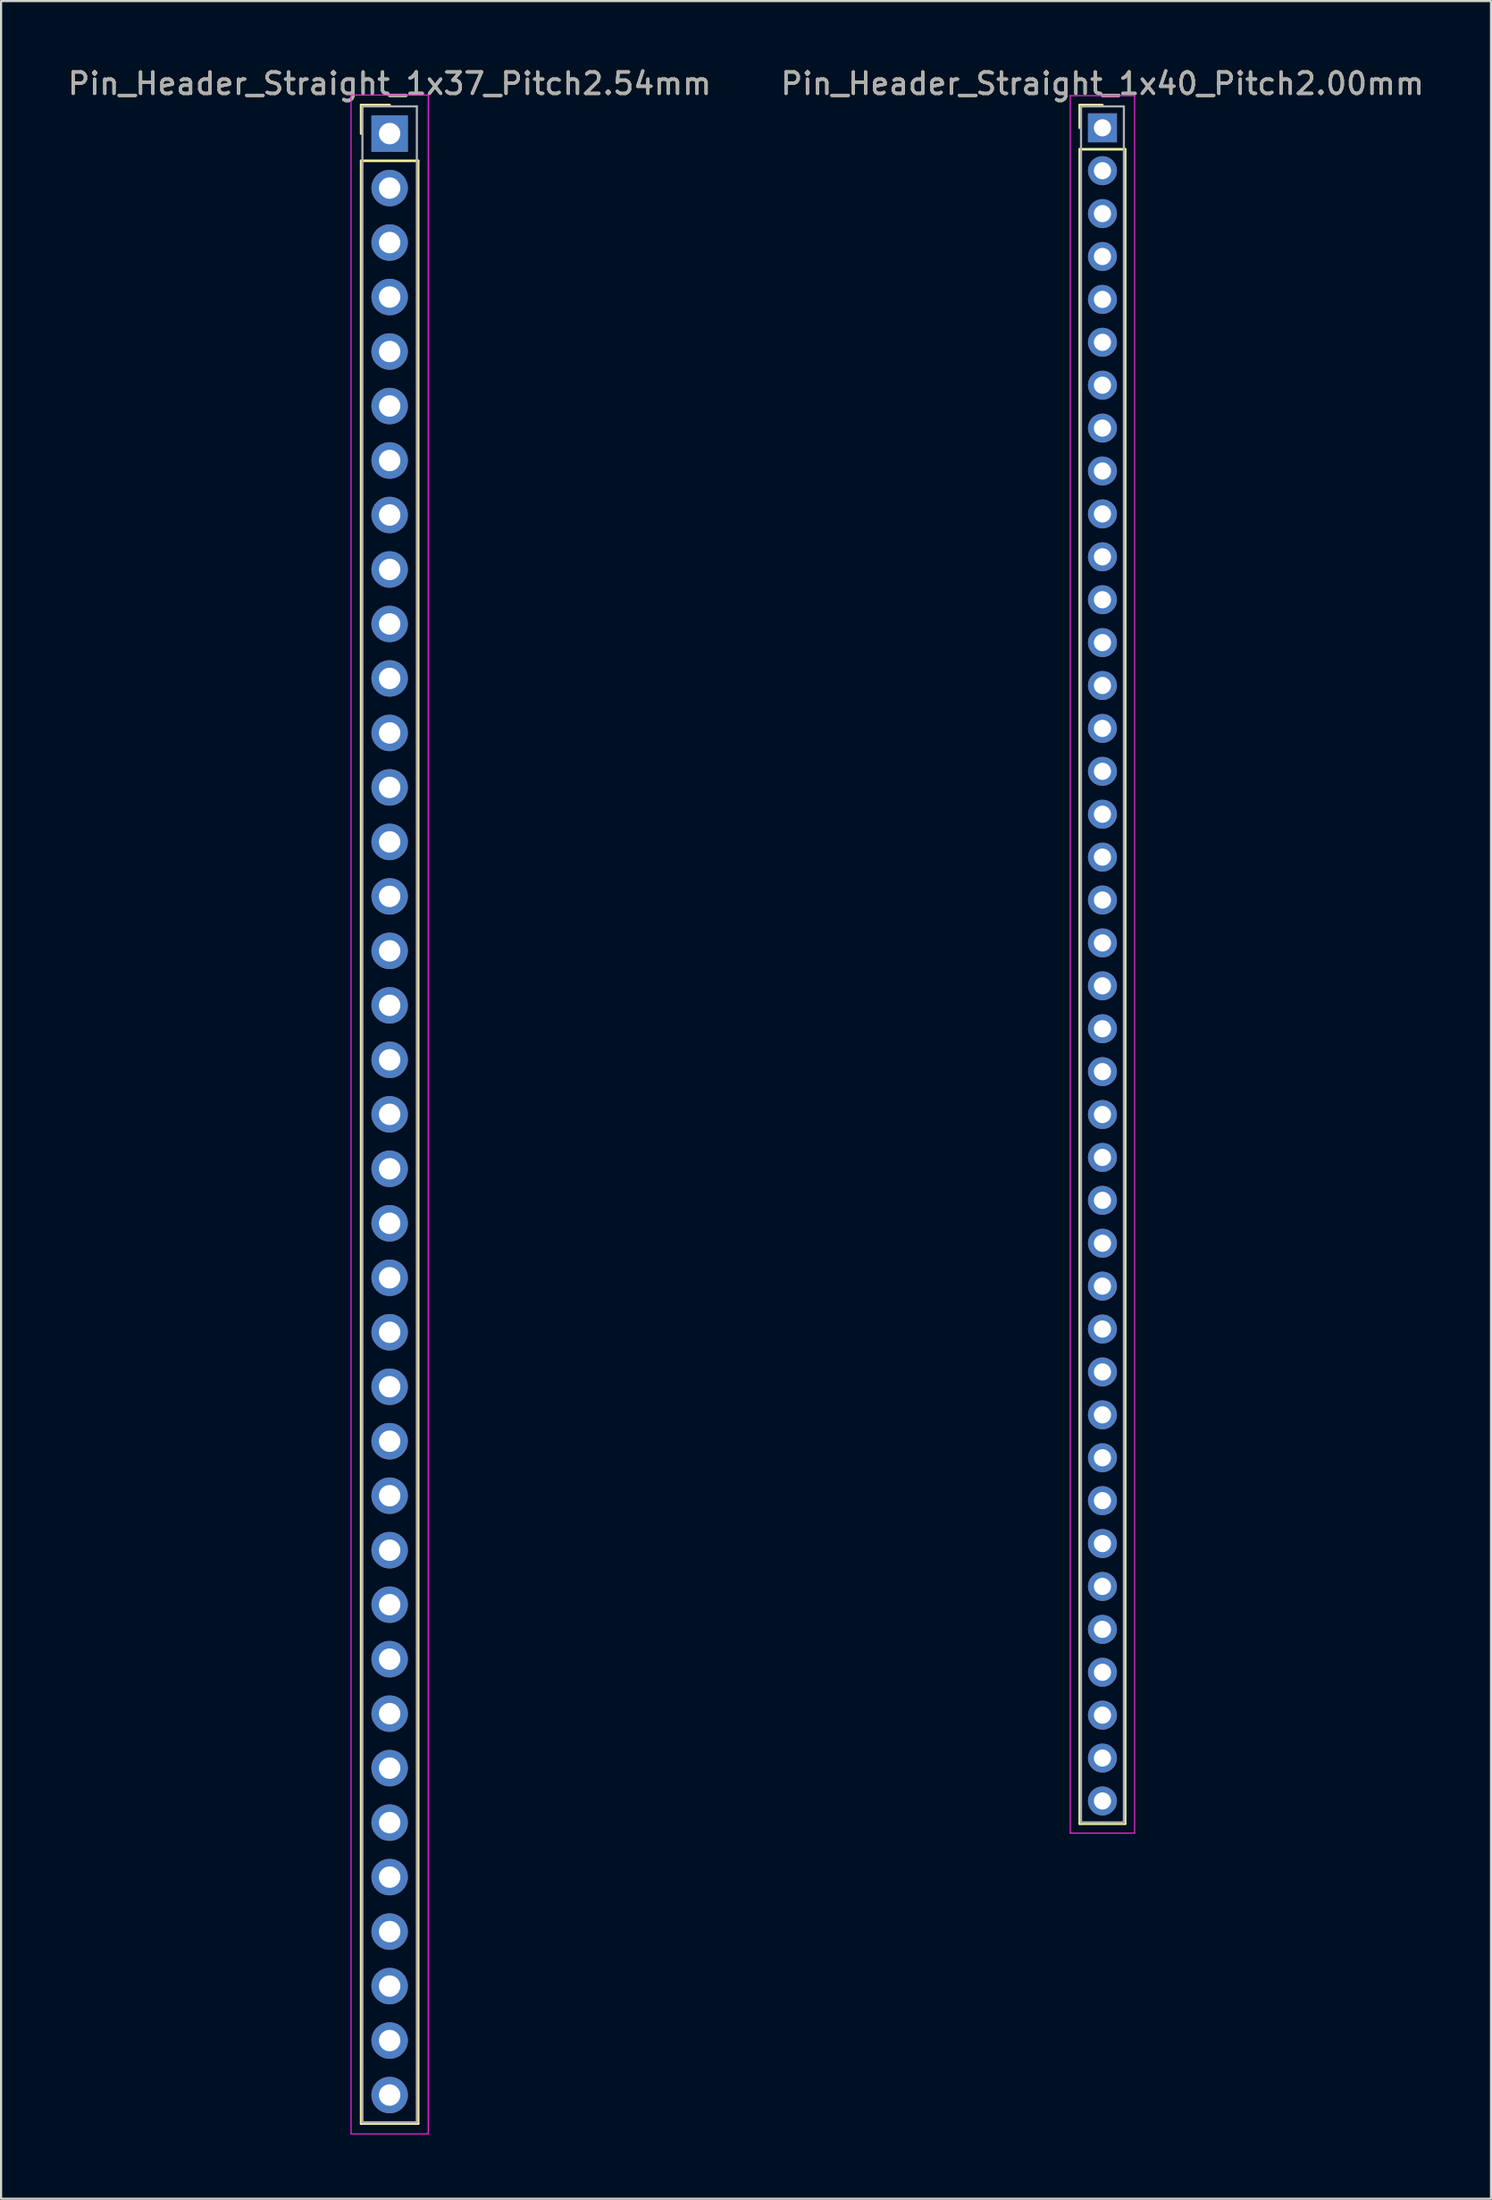
<source format=kicad_pcb>
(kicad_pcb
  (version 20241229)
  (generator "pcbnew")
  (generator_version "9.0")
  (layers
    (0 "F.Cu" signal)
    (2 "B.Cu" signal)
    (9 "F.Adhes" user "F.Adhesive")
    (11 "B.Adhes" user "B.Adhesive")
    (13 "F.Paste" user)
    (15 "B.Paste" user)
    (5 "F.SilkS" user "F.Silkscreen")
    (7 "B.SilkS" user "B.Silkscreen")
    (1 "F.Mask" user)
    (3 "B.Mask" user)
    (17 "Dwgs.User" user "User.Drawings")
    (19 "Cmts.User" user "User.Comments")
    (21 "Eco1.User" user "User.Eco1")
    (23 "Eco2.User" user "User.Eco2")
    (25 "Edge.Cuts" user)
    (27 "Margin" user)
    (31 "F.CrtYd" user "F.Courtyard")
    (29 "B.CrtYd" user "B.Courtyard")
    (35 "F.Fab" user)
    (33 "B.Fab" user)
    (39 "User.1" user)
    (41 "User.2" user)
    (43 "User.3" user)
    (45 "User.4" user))
  (footprint "Pin_Header_Straight_1x40_Pitch2.00mm"
    (layer "F.Cu")
    (at 48.375 2.908)
    (property "Reference" "Pin_Header_Straight_1x40_Pitch2.00mm" (at 0 -2.06 0) (layer "F.SilkS") (effects (font (size 1 1) (thickness 0.15))))
    (attr through_hole)
    (fp_line (start -1.06 -1.06) (end 0 -1.06) (stroke (width 0.12) (type solid)) (layer "F.SilkS"))
    (fp_line (start -1.06 0) (end -1.06 -1.06) (stroke (width 0.12) (type solid)) (layer "F.SilkS"))
    (fp_line (start -1.06 1) (end -1.06 79.06) (stroke (width 0.12) (type solid)) (layer "F.SilkS"))
    (fp_line (start -1.06 79.06) (end 1.06 79.06) (stroke (width 0.12) (type solid)) (layer "F.SilkS"))
    (fp_line (start 1.06 1) (end -1.06 1) (stroke (width 0.12) (type solid)) (layer "F.SilkS"))
    (fp_line (start 1.06 79.06) (end 1.06 1) (stroke (width 0.12) (type solid)) (layer "F.SilkS"))
    (fp_line (start -1.5 -1.5) (end -1.5 79.5) (stroke (width 0.05) (type solid)) (layer "F.CrtYd"))
    (fp_line (start -1.5 79.5) (end 1.5 79.5) (stroke (width 0.05) (type solid)) (layer "F.CrtYd"))
    (fp_line (start 1.5 -1.5) (end -1.5 -1.5) (stroke (width 0.05) (type solid)) (layer "F.CrtYd"))
    (fp_line (start 1.5 79.5) (end 1.5 -1.5) (stroke (width 0.05) (type solid)) (layer "F.CrtYd"))
    (fp_line (start -1 -1) (end -1 79) (stroke (width 0.1) (type solid)) (layer "F.Fab"))
    (fp_line (start -1 79) (end 1 79) (stroke (width 0.1) (type solid)) (layer "F.Fab"))
    (fp_line (start 1 -1) (end -1 -1) (stroke (width 0.1) (type solid)) (layer "F.Fab"))
    (fp_line (start 1 79) (end 1 -1) (stroke (width 0.1) (type solid)) (layer "F.Fab"))
    (fp_text user "${REFERENCE}" (at 0 -2.06 0) (layer "F.Fab") (effects (font (size 1 1) (thickness 0.15))))
    (pad "1" thru_hole rect (at 0 0) (size 1.35 1.35) (drill 0.8) (layers "*.Cu" "*.Mask"))
    (pad "2" thru_hole oval (at 0 2) (size 1.35 1.35) (drill 0.8) (layers "*.Cu" "*.Mask"))
    (pad "3" thru_hole oval (at 0 4) (size 1.35 1.35) (drill 0.8) (layers "*.Cu" "*.Mask"))
    (pad "4" thru_hole oval (at 0 6) (size 1.35 1.35) (drill 0.8) (layers "*.Cu" "*.Mask"))
    (pad "5" thru_hole oval (at 0 8) (size 1.35 1.35) (drill 0.8) (layers "*.Cu" "*.Mask"))
    (pad "6" thru_hole oval (at 0 10) (size 1.35 1.35) (drill 0.8) (layers "*.Cu" "*.Mask"))
    (pad "7" thru_hole oval (at 0 12) (size 1.35 1.35) (drill 0.8) (layers "*.Cu" "*.Mask"))
    (pad "8" thru_hole oval (at 0 14) (size 1.35 1.35) (drill 0.8) (layers "*.Cu" "*.Mask"))
    (pad "9" thru_hole oval (at 0 16) (size 1.35 1.35) (drill 0.8) (layers "*.Cu" "*.Mask"))
    (pad "10" thru_hole oval (at 0 18) (size 1.35 1.35) (drill 0.8) (layers "*.Cu" "*.Mask"))
    (pad "11" thru_hole oval (at 0 20) (size 1.35 1.35) (drill 0.8) (layers "*.Cu" "*.Mask"))
    (pad "12" thru_hole oval (at 0 22) (size 1.35 1.35) (drill 0.8) (layers "*.Cu" "*.Mask"))
    (pad "13" thru_hole oval (at 0 24) (size 1.35 1.35) (drill 0.8) (layers "*.Cu" "*.Mask"))
    (pad "14" thru_hole oval (at 0 26) (size 1.35 1.35) (drill 0.8) (layers "*.Cu" "*.Mask"))
    (pad "15" thru_hole oval (at 0 28) (size 1.35 1.35) (drill 0.8) (layers "*.Cu" "*.Mask"))
    (pad "16" thru_hole oval (at 0 30) (size 1.35 1.35) (drill 0.8) (layers "*.Cu" "*.Mask"))
    (pad "17" thru_hole oval (at 0 32) (size 1.35 1.35) (drill 0.8) (layers "*.Cu" "*.Mask"))
    (pad "18" thru_hole oval (at 0 34) (size 1.35 1.35) (drill 0.8) (layers "*.Cu" "*.Mask"))
    (pad "19" thru_hole oval (at 0 36) (size 1.35 1.35) (drill 0.8) (layers "*.Cu" "*.Mask"))
    (pad "20" thru_hole oval (at 0 38) (size 1.35 1.35) (drill 0.8) (layers "*.Cu" "*.Mask"))
    (pad "21" thru_hole oval (at 0 40) (size 1.35 1.35) (drill 0.8) (layers "*.Cu" "*.Mask"))
    (pad "22" thru_hole oval (at 0 42) (size 1.35 1.35) (drill 0.8) (layers "*.Cu" "*.Mask"))
    (pad "23" thru_hole oval (at 0 44) (size 1.35 1.35) (drill 0.8) (layers "*.Cu" "*.Mask"))
    (pad "24" thru_hole oval (at 0 46) (size 1.35 1.35) (drill 0.8) (layers "*.Cu" "*.Mask"))
    (pad "25" thru_hole oval (at 0 48) (size 1.35 1.35) (drill 0.8) (layers "*.Cu" "*.Mask"))
    (pad "26" thru_hole oval (at 0 50) (size 1.35 1.35) (drill 0.8) (layers "*.Cu" "*.Mask"))
    (pad "27" thru_hole oval (at 0 52) (size 1.35 1.35) (drill 0.8) (layers "*.Cu" "*.Mask"))
    (pad "28" thru_hole oval (at 0 54) (size 1.35 1.35) (drill 0.8) (layers "*.Cu" "*.Mask"))
    (pad "29" thru_hole oval (at 0 56) (size 1.35 1.35) (drill 0.8) (layers "*.Cu" "*.Mask"))
    (pad "30" thru_hole oval (at 0 58) (size 1.35 1.35) (drill 0.8) (layers "*.Cu" "*.Mask"))
    (pad "31" thru_hole oval (at 0 60) (size 1.35 1.35) (drill 0.8) (layers "*.Cu" "*.Mask"))
    (pad "32" thru_hole oval (at 0 62) (size 1.35 1.35) (drill 0.8) (layers "*.Cu" "*.Mask"))
    (pad "33" thru_hole oval (at 0 64) (size 1.35 1.35) (drill 0.8) (layers "*.Cu" "*.Mask"))
    (pad "34" thru_hole oval (at 0 66) (size 1.35 1.35) (drill 0.8) (layers "*.Cu" "*.Mask"))
    (pad "35" thru_hole oval (at 0 68) (size 1.35 1.35) (drill 0.8) (layers "*.Cu" "*.Mask"))
    (pad "36" thru_hole oval (at 0 70) (size 1.35 1.35) (drill 0.8) (layers "*.Cu" "*.Mask"))
    (pad "37" thru_hole oval (at 0 72) (size 1.35 1.35) (drill 0.8) (layers "*.Cu" "*.Mask"))
    (pad "38" thru_hole oval (at 0 74) (size 1.35 1.35) (drill 0.8) (layers "*.Cu" "*.Mask"))
    (pad "39" thru_hole oval (at 0 76) (size 1.35 1.35) (drill 0.8) (layers "*.Cu" "*.Mask"))
    (pad "40" thru_hole oval (at 0 78) (size 1.35 1.35) (drill 0.8) (layers "*.Cu" "*.Mask")))
  (footprint "Pin_Header_Straight_1x37_Pitch2.54mm"
    (layer "F.Cu")
    (at 15.125 3.178)
    (property "Reference" "Pin_Header_Straight_1x37_Pitch2.54mm" (at 0 -2.33 0) (layer "F.SilkS") (effects (font (size 1 1) (thickness 0.15))))
    (attr through_hole)
    (fp_line (start -1.33 -1.33) (end 0 -1.33) (stroke (width 0.12) (type solid)) (layer "F.SilkS"))
    (fp_line (start -1.33 0) (end -1.33 -1.33) (stroke (width 0.12) (type solid)) (layer "F.SilkS"))
    (fp_line (start -1.33 1.27) (end -1.33 92.77) (stroke (width 0.12) (type solid)) (layer "F.SilkS"))
    (fp_line (start -1.33 92.77) (end 1.33 92.77) (stroke (width 0.12) (type solid)) (layer "F.SilkS"))
    (fp_line (start 1.33 1.27) (end -1.33 1.27) (stroke (width 0.12) (type solid)) (layer "F.SilkS"))
    (fp_line (start 1.33 92.77) (end 1.33 1.27) (stroke (width 0.12) (type solid)) (layer "F.SilkS"))
    (fp_line (start -1.8 -1.8) (end -1.8 93.25) (stroke (width 0.05) (type solid)) (layer "F.CrtYd"))
    (fp_line (start -1.8 93.25) (end 1.8 93.25) (stroke (width 0.05) (type solid)) (layer "F.CrtYd"))
    (fp_line (start 1.8 -1.8) (end -1.8 -1.8) (stroke (width 0.05) (type solid)) (layer "F.CrtYd"))
    (fp_line (start 1.8 93.25) (end 1.8 -1.8) (stroke (width 0.05) (type solid)) (layer "F.CrtYd"))
    (fp_line (start -1.27 -1.27) (end -1.27 92.71) (stroke (width 0.1) (type solid)) (layer "F.Fab"))
    (fp_line (start -1.27 92.71) (end 1.27 92.71) (stroke (width 0.1) (type solid)) (layer "F.Fab"))
    (fp_line (start 1.27 -1.27) (end -1.27 -1.27) (stroke (width 0.1) (type solid)) (layer "F.Fab"))
    (fp_line (start 1.27 92.71) (end 1.27 -1.27) (stroke (width 0.1) (type solid)) (layer "F.Fab"))
    (fp_text user "${REFERENCE}" (at 0 -2.33 0) (layer "F.Fab") (effects (font (size 1 1) (thickness 0.15))))
    (pad "1" thru_hole rect (at 0 0) (size 1.7 1.7) (drill 1) (layers "*.Cu" "*.Mask"))
    (pad "2" thru_hole oval (at 0 2.54) (size 1.7 1.7) (drill 1) (layers "*.Cu" "*.Mask"))
    (pad "3" thru_hole oval (at 0 5.08) (size 1.7 1.7) (drill 1) (layers "*.Cu" "*.Mask"))
    (pad "4" thru_hole oval (at 0 7.62) (size 1.7 1.7) (drill 1) (layers "*.Cu" "*.Mask"))
    (pad "5" thru_hole oval (at 0 10.16) (size 1.7 1.7) (drill 1) (layers "*.Cu" "*.Mask"))
    (pad "6" thru_hole oval (at 0 12.7) (size 1.7 1.7) (drill 1) (layers "*.Cu" "*.Mask"))
    (pad "7" thru_hole oval (at 0 15.24) (size 1.7 1.7) (drill 1) (layers "*.Cu" "*.Mask"))
    (pad "8" thru_hole oval (at 0 17.78) (size 1.7 1.7) (drill 1) (layers "*.Cu" "*.Mask"))
    (pad "9" thru_hole oval (at 0 20.32) (size 1.7 1.7) (drill 1) (layers "*.Cu" "*.Mask"))
    (pad "10" thru_hole oval (at 0 22.86) (size 1.7 1.7) (drill 1) (layers "*.Cu" "*.Mask"))
    (pad "11" thru_hole oval (at 0 25.4) (size 1.7 1.7) (drill 1) (layers "*.Cu" "*.Mask"))
    (pad "12" thru_hole oval (at 0 27.94) (size 1.7 1.7) (drill 1) (layers "*.Cu" "*.Mask"))
    (pad "13" thru_hole oval (at 0 30.48) (size 1.7 1.7) (drill 1) (layers "*.Cu" "*.Mask"))
    (pad "14" thru_hole oval (at 0 33.02) (size 1.7 1.7) (drill 1) (layers "*.Cu" "*.Mask"))
    (pad "15" thru_hole oval (at 0 35.56) (size 1.7 1.7) (drill 1) (layers "*.Cu" "*.Mask"))
    (pad "16" thru_hole oval (at 0 38.1) (size 1.7 1.7) (drill 1) (layers "*.Cu" "*.Mask"))
    (pad "17" thru_hole oval (at 0 40.64) (size 1.7 1.7) (drill 1) (layers "*.Cu" "*.Mask"))
    (pad "18" thru_hole oval (at 0 43.18) (size 1.7 1.7) (drill 1) (layers "*.Cu" "*.Mask"))
    (pad "19" thru_hole oval (at 0 45.72) (size 1.7 1.7) (drill 1) (layers "*.Cu" "*.Mask"))
    (pad "20" thru_hole oval (at 0 48.26) (size 1.7 1.7) (drill 1) (layers "*.Cu" "*.Mask"))
    (pad "21" thru_hole oval (at 0 50.8) (size 1.7 1.7) (drill 1) (layers "*.Cu" "*.Mask"))
    (pad "22" thru_hole oval (at 0 53.34) (size 1.7 1.7) (drill 1) (layers "*.Cu" "*.Mask"))
    (pad "23" thru_hole oval (at 0 55.88) (size 1.7 1.7) (drill 1) (layers "*.Cu" "*.Mask"))
    (pad "24" thru_hole oval (at 0 58.42) (size 1.7 1.7) (drill 1) (layers "*.Cu" "*.Mask"))
    (pad "25" thru_hole oval (at 0 60.96) (size 1.7 1.7) (drill 1) (layers "*.Cu" "*.Mask"))
    (pad "26" thru_hole oval (at 0 63.5) (size 1.7 1.7) (drill 1) (layers "*.Cu" "*.Mask"))
    (pad "27" thru_hole oval (at 0 66.04) (size 1.7 1.7) (drill 1) (layers "*.Cu" "*.Mask"))
    (pad "28" thru_hole oval (at 0 68.58) (size 1.7 1.7) (drill 1) (layers "*.Cu" "*.Mask"))
    (pad "29" thru_hole oval (at 0 71.12) (size 1.7 1.7) (drill 1) (layers "*.Cu" "*.Mask"))
    (pad "30" thru_hole oval (at 0 73.66) (size 1.7 1.7) (drill 1) (layers "*.Cu" "*.Mask"))
    (pad "31" thru_hole oval (at 0 76.2) (size 1.7 1.7) (drill 1) (layers "*.Cu" "*.Mask"))
    (pad "32" thru_hole oval (at 0 78.74) (size 1.7 1.7) (drill 1) (layers "*.Cu" "*.Mask"))
    (pad "33" thru_hole oval (at 0 81.28) (size 1.7 1.7) (drill 1) (layers "*.Cu" "*.Mask"))
    (pad "34" thru_hole oval (at 0 83.82) (size 1.7 1.7) (drill 1) (layers "*.Cu" "*.Mask"))
    (pad "35" thru_hole oval (at 0 86.36) (size 1.7 1.7) (drill 1) (layers "*.Cu" "*.Mask"))
    (pad "36" thru_hole oval (at 0 88.9) (size 1.7 1.7) (drill 1) (layers "*.Cu" "*.Mask"))
    (pad "37" thru_hole oval (at 0 91.44) (size 1.7 1.7) (drill 1) (layers "*.Cu" "*.Mask")))
  (gr_rect
    (start -3 -3)
    (end 66.5 99.453)
    (stroke (width 0.1) (type default))
    (fill no)
    (layer "Edge.Cuts")))
</source>
